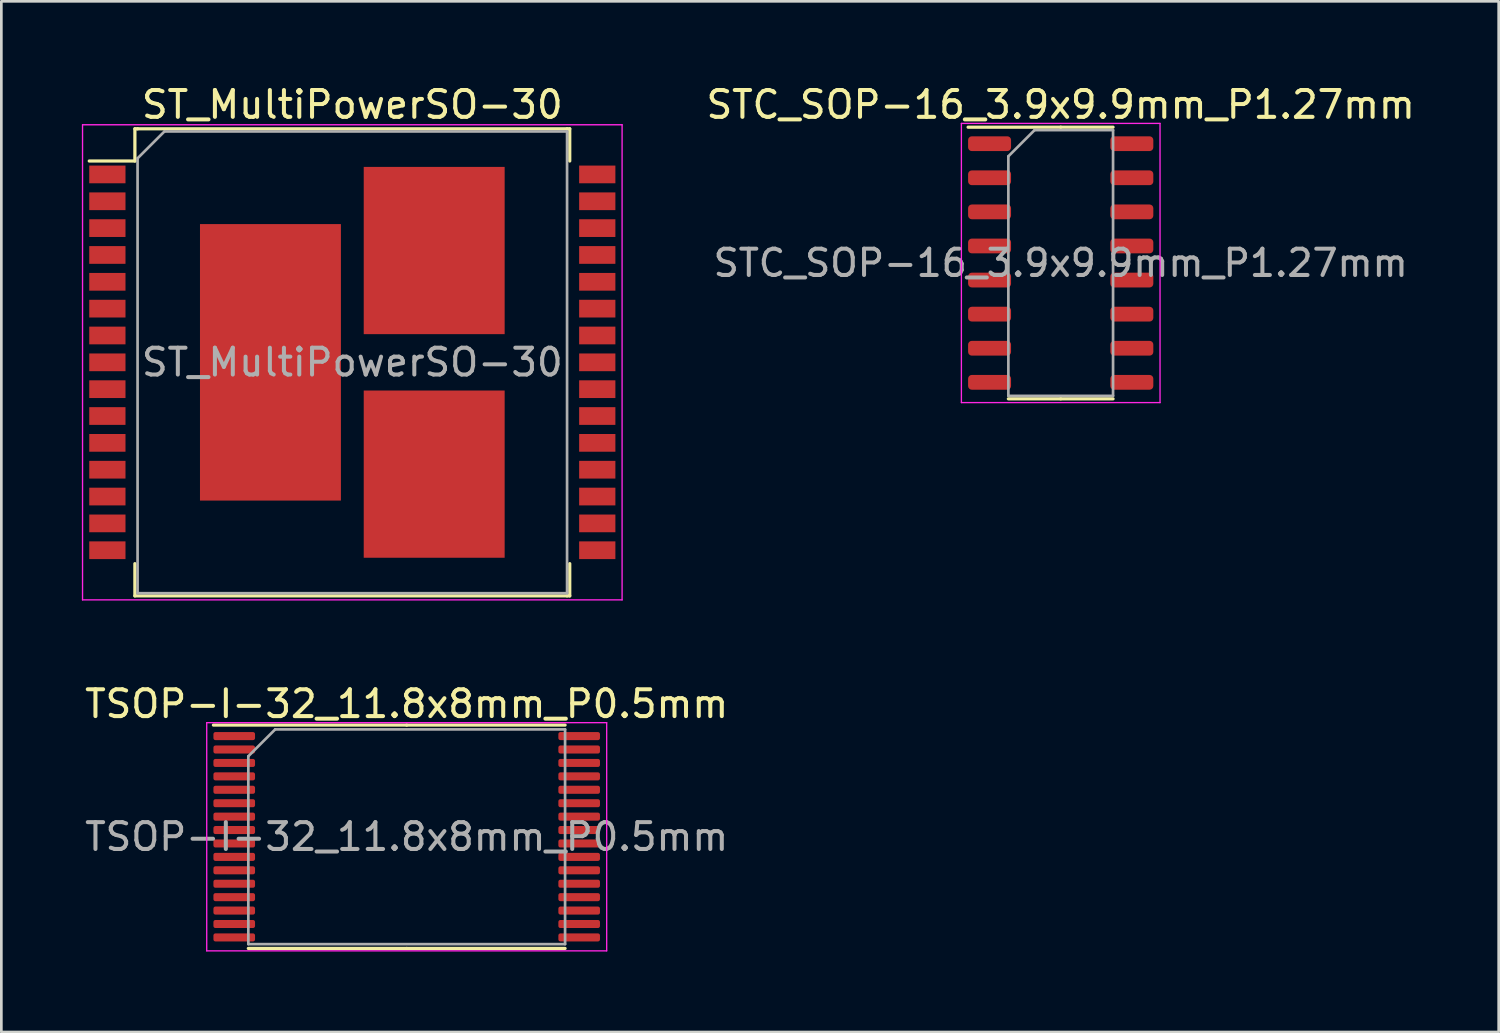
<source format=kicad_pcb>
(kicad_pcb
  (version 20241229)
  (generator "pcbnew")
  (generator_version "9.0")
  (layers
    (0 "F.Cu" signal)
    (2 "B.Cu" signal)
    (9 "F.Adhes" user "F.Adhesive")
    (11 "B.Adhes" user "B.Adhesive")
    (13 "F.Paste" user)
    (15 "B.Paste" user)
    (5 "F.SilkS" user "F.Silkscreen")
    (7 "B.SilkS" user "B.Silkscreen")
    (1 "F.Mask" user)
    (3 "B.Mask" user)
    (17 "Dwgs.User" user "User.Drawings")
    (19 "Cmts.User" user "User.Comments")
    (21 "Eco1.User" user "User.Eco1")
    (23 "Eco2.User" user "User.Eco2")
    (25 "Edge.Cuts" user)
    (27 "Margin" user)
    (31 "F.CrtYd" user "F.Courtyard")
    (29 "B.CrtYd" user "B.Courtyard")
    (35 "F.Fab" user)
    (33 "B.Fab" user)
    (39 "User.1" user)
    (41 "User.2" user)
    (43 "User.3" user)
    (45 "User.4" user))
  (footprint "STC_SOP-16_3.9x9.9mm_P1.27mm"
    (layer "F.Cu")
    (at 36.465 6.748)
    (property "Reference" "STC_SOP-16_3.9x9.9mm_P1.27mm" (at 0 -5.9 0) (layer "F.SilkS") (effects (font (size 1 1) (thickness 0.15))))
    (attr smd)
    (fp_line (start 0 -5.06) (end -3.45 -5.06) (stroke (width 0.12) (type solid)) (layer "F.SilkS"))
    (fp_line (start 0 -5.06) (end 1.95 -5.06) (stroke (width 0.12) (type solid)) (layer "F.SilkS"))
    (fp_line (start 0 5.06) (end -1.95 5.06) (stroke (width 0.12) (type solid)) (layer "F.SilkS"))
    (fp_line (start 0 5.06) (end 1.95 5.06) (stroke (width 0.12) (type solid)) (layer "F.SilkS"))
    (fp_line (start -3.7 -5.2) (end -3.7 5.2) (stroke (width 0.05) (type solid)) (layer "F.CrtYd"))
    (fp_line (start -3.7 5.2) (end 3.7 5.2) (stroke (width 0.05) (type solid)) (layer "F.CrtYd"))
    (fp_line (start 3.7 -5.2) (end -3.7 -5.2) (stroke (width 0.05) (type solid)) (layer "F.CrtYd"))
    (fp_line (start 3.7 5.2) (end 3.7 -5.2) (stroke (width 0.05) (type solid)) (layer "F.CrtYd"))
    (fp_line (start -1.95 -3.975) (end -0.975 -4.95) (stroke (width 0.1) (type solid)) (layer "F.Fab"))
    (fp_line (start -1.95 4.95) (end -1.95 -3.975) (stroke (width 0.1) (type solid)) (layer "F.Fab"))
    (fp_line (start -0.975 -4.95) (end 1.95 -4.95) (stroke (width 0.1) (type solid)) (layer "F.Fab"))
    (fp_line (start 1.95 -4.95) (end 1.95 4.95) (stroke (width 0.1) (type solid)) (layer "F.Fab"))
    (fp_line (start 1.95 4.95) (end -1.95 4.95) (stroke (width 0.1) (type solid)) (layer "F.Fab"))
    (fp_text user "${REFERENCE}" (at 0 0 0) (layer "F.Fab") (effects (font (size 0.98 0.98) (thickness 0.15))))
    (pad "1" smd roundrect (at -2.65 -4.445) (size 1.6 0.55) (layers "F.Cu" "F.Mask" "F.Paste") (roundrect_rratio 0.25))
    (pad "2" smd roundrect (at -2.65 -3.175) (size 1.6 0.55) (layers "F.Cu" "F.Mask" "F.Paste") (roundrect_rratio 0.25))
    (pad "3" smd roundrect (at -2.65 -1.905) (size 1.6 0.55) (layers "F.Cu" "F.Mask" "F.Paste") (roundrect_rratio 0.25))
    (pad "4" smd roundrect (at -2.65 -0.635) (size 1.6 0.55) (layers "F.Cu" "F.Mask" "F.Paste") (roundrect_rratio 0.25))
    (pad "5" smd roundrect (at -2.65 0.635) (size 1.6 0.55) (layers "F.Cu" "F.Mask" "F.Paste") (roundrect_rratio 0.25))
    (pad "6" smd roundrect (at -2.65 1.905) (size 1.6 0.55) (layers "F.Cu" "F.Mask" "F.Paste") (roundrect_rratio 0.25))
    (pad "7" smd roundrect (at -2.65 3.175) (size 1.6 0.55) (layers "F.Cu" "F.Mask" "F.Paste") (roundrect_rratio 0.25))
    (pad "8" smd roundrect (at -2.65 4.445) (size 1.6 0.55) (layers "F.Cu" "F.Mask" "F.Paste") (roundrect_rratio 0.25))
    (pad "9" smd roundrect (at 2.65 4.445) (size 1.6 0.55) (layers "F.Cu" "F.Mask" "F.Paste") (roundrect_rratio 0.25))
    (pad "10" smd roundrect (at 2.65 3.175) (size 1.6 0.55) (layers "F.Cu" "F.Mask" "F.Paste") (roundrect_rratio 0.25))
    (pad "11" smd roundrect (at 2.65 1.905) (size 1.6 0.55) (layers "F.Cu" "F.Mask" "F.Paste") (roundrect_rratio 0.25))
    (pad "12" smd roundrect (at 2.65 0.635) (size 1.6 0.55) (layers "F.Cu" "F.Mask" "F.Paste") (roundrect_rratio 0.25))
    (pad "13" smd roundrect (at 2.65 -0.635) (size 1.6 0.55) (layers "F.Cu" "F.Mask" "F.Paste") (roundrect_rratio 0.25))
    (pad "14" smd roundrect (at 2.65 -1.905) (size 1.6 0.55) (layers "F.Cu" "F.Mask" "F.Paste") (roundrect_rratio 0.25))
    (pad "15" smd roundrect (at 2.65 -3.175) (size 1.6 0.55) (layers "F.Cu" "F.Mask" "F.Paste") (roundrect_rratio 0.25))
    (pad "16" smd roundrect (at 2.65 -4.445) (size 1.6 0.55) (layers "F.Cu" "F.Mask" "F.Paste") (roundrect_rratio 0.25)))
  (footprint "TSOP-I-32_11.8x8mm_P0.5mm"
    (layer "F.Cu")
    (at 12.101 28.122)
    (property "Reference" "TSOP-I-32_11.8x8mm_P0.5mm" (at 0 -4.95 0) (layer "F.SilkS") (effects (font (size 1 1) (thickness 0.15))))
    (attr smd)
    (fp_line (start 0 -4.16) (end -7.2 -4.16) (stroke (width 0.12) (type solid)) (layer "F.SilkS"))
    (fp_line (start 0 -4.16) (end 5.9 -4.16) (stroke (width 0.12) (type solid)) (layer "F.SilkS"))
    (fp_line (start 0 4.16) (end -5.9 4.16) (stroke (width 0.12) (type solid)) (layer "F.SilkS"))
    (fp_line (start 0 4.16) (end 5.9 4.16) (stroke (width 0.12) (type solid)) (layer "F.SilkS"))
    (fp_line (start -7.45 -4.25) (end -7.45 4.25) (stroke (width 0.05) (type solid)) (layer "F.CrtYd"))
    (fp_line (start -7.45 4.25) (end 7.45 4.25) (stroke (width 0.05) (type solid)) (layer "F.CrtYd"))
    (fp_line (start 7.45 -4.25) (end -7.45 -4.25) (stroke (width 0.05) (type solid)) (layer "F.CrtYd"))
    (fp_line (start 7.45 4.25) (end 7.45 -4.25) (stroke (width 0.05) (type solid)) (layer "F.CrtYd"))
    (fp_line (start -5.9 -3) (end -4.9 -4) (stroke (width 0.1) (type solid)) (layer "F.Fab"))
    (fp_line (start -5.9 4) (end -5.9 -3) (stroke (width 0.1) (type solid)) (layer "F.Fab"))
    (fp_line (start -4.9 -4) (end 5.9 -4) (stroke (width 0.1) (type solid)) (layer "F.Fab"))
    (fp_line (start 5.9 -4) (end 5.9 4) (stroke (width 0.1) (type solid)) (layer "F.Fab"))
    (fp_line (start 5.9 4) (end -5.9 4) (stroke (width 0.1) (type solid)) (layer "F.Fab"))
    (fp_text user "${REFERENCE}" (at 0 0 0) (layer "F.Fab") (effects (font (size 1 1) (thickness 0.15))))
    (pad "1" smd roundrect (at -6.425 -3.75) (size 1.55 0.3) (layers "F.Cu" "F.Mask" "F.Paste") (roundrect_rratio 0.25))
    (pad "2" smd roundrect (at -6.425 -3.25) (size 1.55 0.3) (layers "F.Cu" "F.Mask" "F.Paste") (roundrect_rratio 0.25))
    (pad "3" smd roundrect (at -6.425 -2.75) (size 1.55 0.3) (layers "F.Cu" "F.Mask" "F.Paste") (roundrect_rratio 0.25))
    (pad "4" smd roundrect (at -6.425 -2.25) (size 1.55 0.3) (layers "F.Cu" "F.Mask" "F.Paste") (roundrect_rratio 0.25))
    (pad "5" smd roundrect (at -6.425 -1.75) (size 1.55 0.3) (layers "F.Cu" "F.Mask" "F.Paste") (roundrect_rratio 0.25))
    (pad "6" smd roundrect (at -6.425 -1.25) (size 1.55 0.3) (layers "F.Cu" "F.Mask" "F.Paste") (roundrect_rratio 0.25))
    (pad "7" smd roundrect (at -6.425 -0.75) (size 1.55 0.3) (layers "F.Cu" "F.Mask" "F.Paste") (roundrect_rratio 0.25))
    (pad "8" smd roundrect (at -6.425 -0.25) (size 1.55 0.3) (layers "F.Cu" "F.Mask" "F.Paste") (roundrect_rratio 0.25))
    (pad "9" smd roundrect (at -6.425 0.25) (size 1.55 0.3) (layers "F.Cu" "F.Mask" "F.Paste") (roundrect_rratio 0.25))
    (pad "10" smd roundrect (at -6.425 0.75) (size 1.55 0.3) (layers "F.Cu" "F.Mask" "F.Paste") (roundrect_rratio 0.25))
    (pad "11" smd roundrect (at -6.425 1.25) (size 1.55 0.3) (layers "F.Cu" "F.Mask" "F.Paste") (roundrect_rratio 0.25))
    (pad "12" smd roundrect (at -6.425 1.75) (size 1.55 0.3) (layers "F.Cu" "F.Mask" "F.Paste") (roundrect_rratio 0.25))
    (pad "13" smd roundrect (at -6.425 2.25) (size 1.55 0.3) (layers "F.Cu" "F.Mask" "F.Paste") (roundrect_rratio 0.25))
    (pad "14" smd roundrect (at -6.425 2.75) (size 1.55 0.3) (layers "F.Cu" "F.Mask" "F.Paste") (roundrect_rratio 0.25))
    (pad "15" smd roundrect (at -6.425 3.25) (size 1.55 0.3) (layers "F.Cu" "F.Mask" "F.Paste") (roundrect_rratio 0.25))
    (pad "16" smd roundrect (at -6.425 3.75) (size 1.55 0.3) (layers "F.Cu" "F.Mask" "F.Paste") (roundrect_rratio 0.25))
    (pad "17" smd roundrect (at 6.425 3.75) (size 1.55 0.3) (layers "F.Cu" "F.Mask" "F.Paste") (roundrect_rratio 0.25))
    (pad "18" smd roundrect (at 6.425 3.25) (size 1.55 0.3) (layers "F.Cu" "F.Mask" "F.Paste") (roundrect_rratio 0.25))
    (pad "19" smd roundrect (at 6.425 2.75) (size 1.55 0.3) (layers "F.Cu" "F.Mask" "F.Paste") (roundrect_rratio 0.25))
    (pad "20" smd roundrect (at 6.425 2.25) (size 1.55 0.3) (layers "F.Cu" "F.Mask" "F.Paste") (roundrect_rratio 0.25))
    (pad "21" smd roundrect (at 6.425 1.75) (size 1.55 0.3) (layers "F.Cu" "F.Mask" "F.Paste") (roundrect_rratio 0.25))
    (pad "22" smd roundrect (at 6.425 1.25) (size 1.55 0.3) (layers "F.Cu" "F.Mask" "F.Paste") (roundrect_rratio 0.25))
    (pad "23" smd roundrect (at 6.425 0.75) (size 1.55 0.3) (layers "F.Cu" "F.Mask" "F.Paste") (roundrect_rratio 0.25))
    (pad "24" smd roundrect (at 6.425 0.25) (size 1.55 0.3) (layers "F.Cu" "F.Mask" "F.Paste") (roundrect_rratio 0.25))
    (pad "25" smd roundrect (at 6.425 -0.25) (size 1.55 0.3) (layers "F.Cu" "F.Mask" "F.Paste") (roundrect_rratio 0.25))
    (pad "26" smd roundrect (at 6.425 -0.75) (size 1.55 0.3) (layers "F.Cu" "F.Mask" "F.Paste") (roundrect_rratio 0.25))
    (pad "27" smd roundrect (at 6.425 -1.25) (size 1.55 0.3) (layers "F.Cu" "F.Mask" "F.Paste") (roundrect_rratio 0.25))
    (pad "28" smd roundrect (at 6.425 -1.75) (size 1.55 0.3) (layers "F.Cu" "F.Mask" "F.Paste") (roundrect_rratio 0.25))
    (pad "29" smd roundrect (at 6.425 -2.25) (size 1.55 0.3) (layers "F.Cu" "F.Mask" "F.Paste") (roundrect_rratio 0.25))
    (pad "30" smd roundrect (at 6.425 -2.75) (size 1.55 0.3) (layers "F.Cu" "F.Mask" "F.Paste") (roundrect_rratio 0.25))
    (pad "31" smd roundrect (at 6.425 -3.25) (size 1.55 0.3) (layers "F.Cu" "F.Mask" "F.Paste") (roundrect_rratio 0.25))
    (pad "32" smd roundrect (at 6.425 -3.75) (size 1.55 0.3) (layers "F.Cu" "F.Mask" "F.Paste") (roundrect_rratio 0.25)))
  (footprint "ST_MultiPowerSO-30"
    (layer "F.Cu")
    (at 10.075 10.448)
    (property "Reference" "ST_MultiPowerSO-30" (at 0 -9.6 0) (layer "F.SilkS") (effects (font (size 1 1) (thickness 0.15))))
    (attr smd)
    (fp_line (start -8.1 -8.7) (end -8.1 -7.5) (stroke (width 0.12) (type solid)) (layer "F.SilkS"))
    (fp_line (start -8.1 -7.5) (end -9.8 -7.5) (stroke (width 0.12) (type solid)) (layer "F.SilkS"))
    (fp_line (start -8.1 8.7) (end -8.1 7.5) (stroke (width 0.12) (type solid)) (layer "F.SilkS"))
    (fp_line (start -8 -8.7) (end -8.1 -8.7) (stroke (width 0.12) (type solid)) (layer "F.SilkS"))
    (fp_line (start 8 -8.7) (end -8 -8.7) (stroke (width 0.12) (type solid)) (layer "F.SilkS"))
    (fp_line (start 8 -8.7) (end 8.1 -8.7) (stroke (width 0.12) (type solid)) (layer "F.SilkS"))
    (fp_line (start 8 8.7) (end -8.1 8.7) (stroke (width 0.12) (type solid)) (layer "F.SilkS"))
    (fp_line (start 8 8.7) (end 8.1 8.7) (stroke (width 0.12) (type solid)) (layer "F.SilkS"))
    (fp_line (start 8.1 -8.7) (end 8.1 -7.5) (stroke (width 0.12) (type solid)) (layer "F.SilkS"))
    (fp_line (start 8.1 8.7) (end 8.1 7.5) (stroke (width 0.12) (type solid)) (layer "F.SilkS"))
    (fp_line (start -10.05 -8.85) (end -10.05 8.85) (stroke (width 0.05) (type solid)) (layer "F.CrtYd"))
    (fp_line (start -10.05 -8.85) (end 10.05 -8.85) (stroke (width 0.05) (type solid)) (layer "F.CrtYd"))
    (fp_line (start 10.05 8.85) (end -10.05 8.85) (stroke (width 0.05) (type solid)) (layer "F.CrtYd"))
    (fp_line (start 10.05 8.85) (end 10.05 -8.85) (stroke (width 0.05) (type solid)) (layer "F.CrtYd"))
    (fp_line (start -8 -7.6) (end -8 8.6) (stroke (width 0.1) (type solid)) (layer "F.Fab"))
    (fp_line (start -8 8.6) (end 8 8.6) (stroke (width 0.1) (type solid)) (layer "F.Fab"))
    (fp_line (start -7 -8.6) (end -8 -7.6) (stroke (width 0.1) (type solid)) (layer "F.Fab"))
    (fp_line (start 8 -8.6) (end -7 -8.6) (stroke (width 0.1) (type solid)) (layer "F.Fab"))
    (fp_line (start 8 8.6) (end 8 -8.6) (stroke (width 0.1) (type solid)) (layer "F.Fab"))
    (fp_text user "${REFERENCE}" (at 0 0 0) (layer "F.Fab") (effects (font (size 1 1) (thickness 0.15))))
    (pad "1" smd rect (at -9.125 -7 270) (size 0.66 1.35) (layers "F.Cu" "F.Mask" "F.Paste"))
    (pad "2" smd rect (at -9.125 -6 270) (size 0.66 1.35) (layers "F.Cu" "F.Mask" "F.Paste"))
    (pad "3" smd rect (at -9.125 -5 270) (size 0.66 1.35) (layers "F.Cu" "F.Mask" "F.Paste"))
    (pad "4" smd rect (at -9.125 -4 270) (size 0.66 1.35) (layers "F.Cu" "F.Mask" "F.Paste"))
    (pad "5" smd rect (at -9.125 -3 270) (size 0.66 1.35) (layers "F.Cu" "F.Mask" "F.Paste"))
    (pad "6" smd rect (at -9.125 -2 270) (size 0.66 1.35) (layers "F.Cu" "F.Mask" "F.Paste"))
    (pad "7" smd rect (at -9.125 -1 270) (size 0.66 1.35) (layers "F.Cu" "F.Mask" "F.Paste"))
    (pad "8" smd rect (at -9.125 0 270) (size 0.66 1.35) (layers "F.Cu" "F.Mask" "F.Paste"))
    (pad "9" smd rect (at -9.125 1 270) (size 0.66 1.35) (layers "F.Cu" "F.Mask" "F.Paste"))
    (pad "10" smd rect (at -9.125 2 270) (size 0.66 1.35) (layers "F.Cu" "F.Mask" "F.Paste"))
    (pad "11" smd rect (at -9.125 3 270) (size 0.66 1.35) (layers "F.Cu" "F.Mask" "F.Paste"))
    (pad "12" smd rect (at -9.125 4 270) (size 0.66 1.35) (layers "F.Cu" "F.Mask" "F.Paste"))
    (pad "13" smd rect (at -9.125 5 270) (size 0.66 1.35) (layers "F.Cu" "F.Mask" "F.Paste"))
    (pad "14" smd rect (at -9.125 6 270) (size 0.66 1.35) (layers "F.Cu" "F.Mask" "F.Paste"))
    (pad "15" smd rect (at -9.125 7 270) (size 0.66 1.35) (layers "F.Cu" "F.Mask" "F.Paste"))
    (pad "16" smd rect (at 9.125 7 270) (size 0.66 1.35) (layers "F.Cu" "F.Mask" "F.Paste"))
    (pad "17" smd rect (at 9.125 6 270) (size 0.66 1.35) (layers "F.Cu" "F.Mask" "F.Paste"))
    (pad "18" smd rect (at 9.125 5 270) (size 0.66 1.35) (layers "F.Cu" "F.Mask" "F.Paste"))
    (pad "19" smd rect (at 9.125 4 270) (size 0.66 1.35) (layers "F.Cu" "F.Mask" "F.Paste"))
    (pad "20" smd rect (at 9.125 3 270) (size 0.66 1.35) (layers "F.Cu" "F.Mask" "F.Paste"))
    (pad "21" smd rect (at 9.125 2 270) (size 0.66 1.35) (layers "F.Cu" "F.Mask" "F.Paste"))
    (pad "22" smd rect (at 9.125 1 270) (size 0.66 1.35) (layers "F.Cu" "F.Mask" "F.Paste"))
    (pad "23" smd rect (at 9.125 0 270) (size 0.66 1.35) (layers "F.Cu" "F.Mask" "F.Paste"))
    (pad "24" smd rect (at 9.125 -1 270) (size 0.66 1.35) (layers "F.Cu" "F.Mask" "F.Paste"))
    (pad "25" smd rect (at 9.125 -2 270) (size 0.66 1.35) (layers "F.Cu" "F.Mask" "F.Paste"))
    (pad "26" smd rect (at 9.125 -3 270) (size 0.66 1.35) (layers "F.Cu" "F.Mask" "F.Paste"))
    (pad "27" smd rect (at 9.125 -4 270) (size 0.66 1.35) (layers "F.Cu" "F.Mask" "F.Paste"))
    (pad "28" smd rect (at 9.125 -5 270) (size 0.66 1.35) (layers "F.Cu" "F.Mask" "F.Paste"))
    (pad "29" smd rect (at 9.125 -6 270) (size 0.66 1.35) (layers "F.Cu" "F.Mask" "F.Paste"))
    (pad "30" smd rect (at 9.125 -7 270) (size 0.66 1.35) (layers "F.Cu" "F.Mask" "F.Paste"))
    (pad "31" smd rect (at -3.05 0) (size 5.25 10.3) (layers "F.Cu" "F.Mask" "F.Paste"))
    (pad "32" smd rect (at 3.05 4.165) (size 5.25 6.23) (layers "F.Cu" "F.Mask" "F.Paste"))
    (pad "33" smd rect (at 3.05 -4.165) (size 5.25 6.23) (layers "F.Cu" "F.Mask" "F.Paste")))
  (gr_rect
    (start -3 -3)
    (end 52.781 35.397)
    (stroke (width 0.1) (type default))
    (fill no)
    (layer "Edge.Cuts")))
</source>
